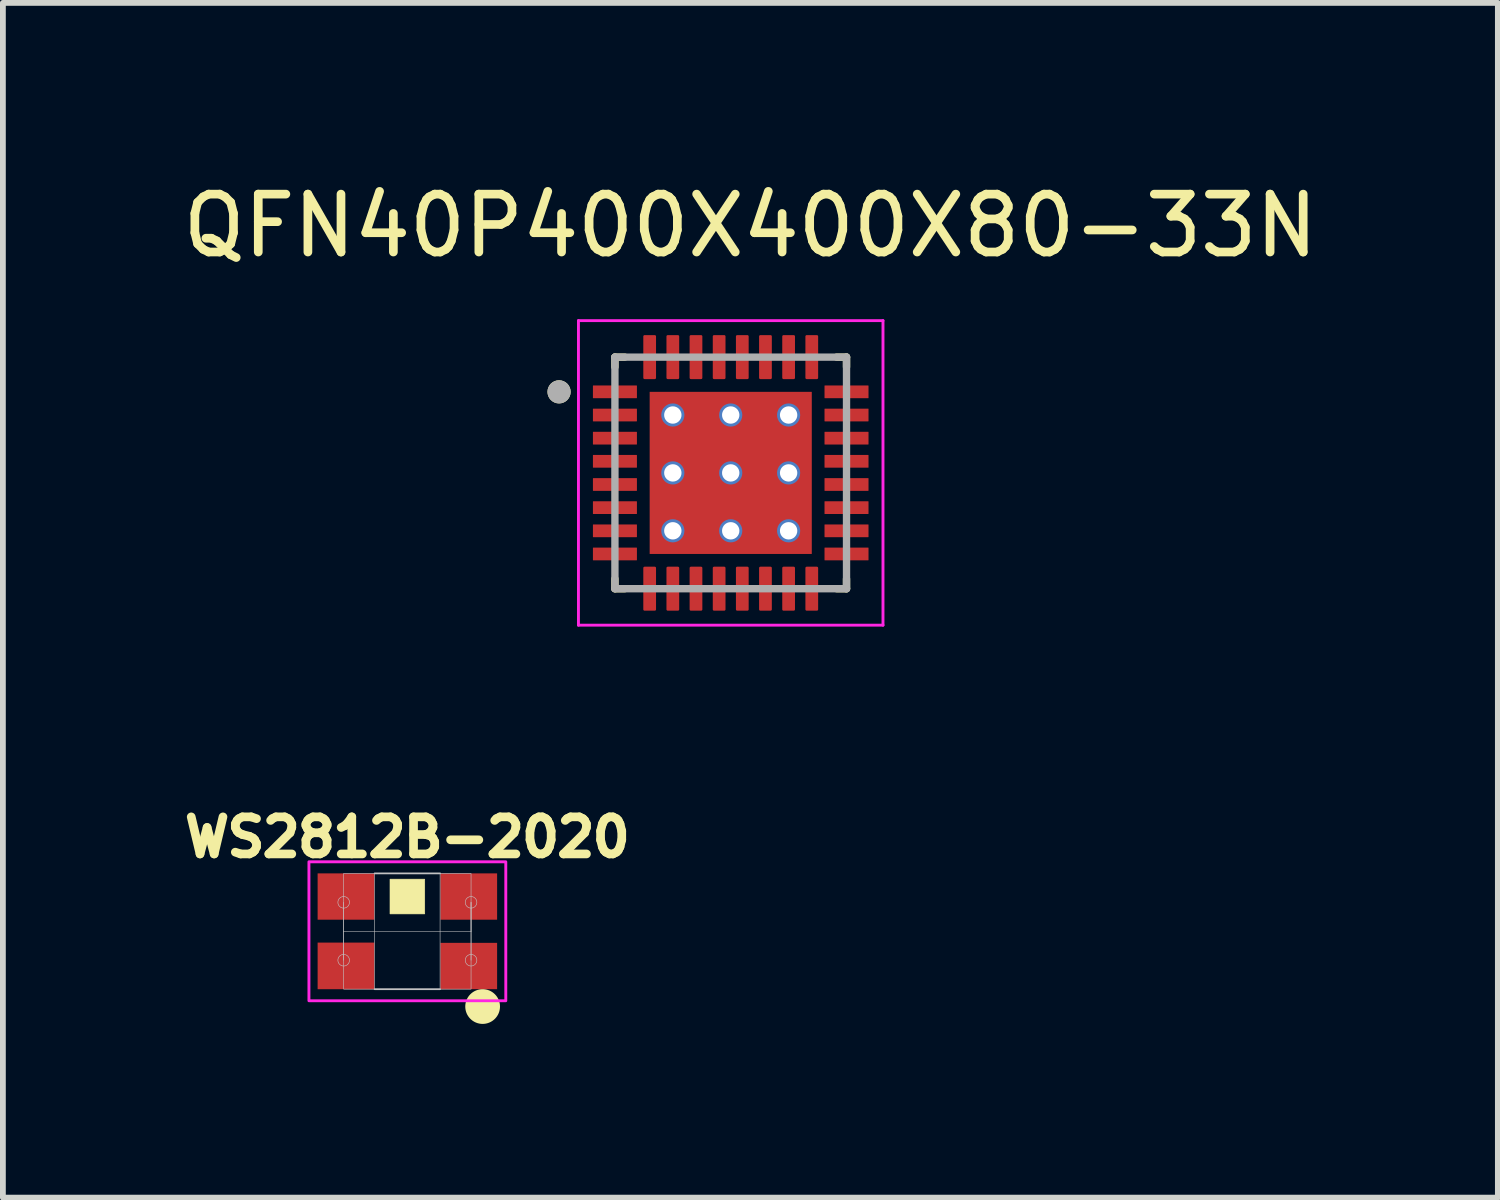
<source format=kicad_pcb>
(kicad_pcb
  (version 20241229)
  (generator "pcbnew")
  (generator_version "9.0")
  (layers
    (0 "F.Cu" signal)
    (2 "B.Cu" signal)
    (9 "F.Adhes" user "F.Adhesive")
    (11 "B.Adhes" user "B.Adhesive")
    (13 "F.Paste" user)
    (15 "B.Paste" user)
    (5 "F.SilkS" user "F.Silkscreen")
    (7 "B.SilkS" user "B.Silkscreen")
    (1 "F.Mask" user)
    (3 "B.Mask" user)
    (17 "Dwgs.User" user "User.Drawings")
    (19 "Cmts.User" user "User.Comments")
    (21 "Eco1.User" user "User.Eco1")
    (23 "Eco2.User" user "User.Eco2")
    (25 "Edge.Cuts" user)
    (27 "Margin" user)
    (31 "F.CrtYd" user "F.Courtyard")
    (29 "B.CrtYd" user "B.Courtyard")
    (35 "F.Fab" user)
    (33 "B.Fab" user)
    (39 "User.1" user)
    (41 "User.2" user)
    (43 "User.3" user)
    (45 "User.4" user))
  (footprint "QFN40P400X400X80-33N"
    (layer "F.Cu")
    (at 9.571 5.118)
    (property "Reference" "QFN40P400X400X80-33N" (at 0.34 -4.27 0) (layer "F.SilkS") (effects (font (size 1 1) (thickness 0.15))))
    (attr smd)
    (fp_line (start -2 -2) (end -2 -1.83) (stroke (width 0.127) (type solid)) (layer "F.SilkS"))
    (fp_line (start -2 -2) (end -1.83 -2) (stroke (width 0.127) (type solid)) (layer "F.SilkS"))
    (fp_line (start -2 2) (end -2 1.83) (stroke (width 0.127) (type solid)) (layer "F.SilkS"))
    (fp_line (start -2 2) (end -1.83 2) (stroke (width 0.127) (type solid)) (layer "F.SilkS"))
    (fp_line (start 2 -2) (end 1.83 -2) (stroke (width 0.127) (type solid)) (layer "F.SilkS"))
    (fp_line (start 2 -2) (end 2 -1.83) (stroke (width 0.127) (type solid)) (layer "F.SilkS"))
    (fp_line (start 2 2) (end 1.83 2) (stroke (width 0.127) (type solid)) (layer "F.SilkS"))
    (fp_line (start 2 2) (end 2 1.83) (stroke (width 0.127) (type solid)) (layer "F.SilkS"))
    (fp_circle (center -2.965 -1.4) (end -2.865 -1.4) (stroke (width 0.2) (type solid)) (fill no) (layer "F.SilkS"))
    (fp_poly (pts (xy -0.89 -0.89) (xy 0.89 -0.89) (xy 0.89 0.89) (xy -0.89 0.89)) (stroke (width 0.01) (type solid)) (fill yes) (layer "F.Paste"))
    (fp_line (start -2.63 -2.63) (end 2.63 -2.63) (stroke (width 0.05) (type solid)) (layer "F.CrtYd"))
    (fp_line (start -2.63 2.63) (end -2.63 -2.63) (stroke (width 0.05) (type solid)) (layer "F.CrtYd"))
    (fp_line (start -2.63 2.63) (end 2.63 2.63) (stroke (width 0.05) (type solid)) (layer "F.CrtYd"))
    (fp_line (start 2.63 2.63) (end 2.63 -2.63) (stroke (width 0.05) (type solid)) (layer "F.CrtYd"))
    (fp_line (start -2 2) (end -2 -2) (stroke (width 0.127) (type solid)) (layer "F.Fab"))
    (fp_line (start 2 -2) (end -2 -2) (stroke (width 0.127) (type solid)) (layer "F.Fab"))
    (fp_line (start 2 2) (end -2 2) (stroke (width 0.127) (type solid)) (layer "F.Fab"))
    (fp_line (start 2 2) (end 2 -2) (stroke (width 0.127) (type solid)) (layer "F.Fab"))
    (fp_circle (center -2.965 -1.4) (end -2.865 -1.4) (stroke (width 0.2) (type solid)) (fill no) (layer "F.Fab"))
    (pad "1" smd roundrect (at -2 -1.4) (size 0.76 0.22) (layers "F.Cu" "F.Mask" "F.Paste") (roundrect_rratio 0.03))
    (pad "2" smd roundrect (at -2 -1) (size 0.76 0.22) (layers "F.Cu" "F.Mask" "F.Paste") (roundrect_rratio 0.03))
    (pad "3" smd roundrect (at -2 -0.6) (size 0.76 0.22) (layers "F.Cu" "F.Mask" "F.Paste") (roundrect_rratio 0.03))
    (pad "4" smd roundrect (at -2 -0.2) (size 0.76 0.22) (layers "F.Cu" "F.Mask" "F.Paste") (roundrect_rratio 0.03))
    (pad "5" smd roundrect (at -2 0.2) (size 0.76 0.22) (layers "F.Cu" "F.Mask" "F.Paste") (roundrect_rratio 0.03))
    (pad "6" smd roundrect (at -2 0.6) (size 0.76 0.22) (layers "F.Cu" "F.Mask" "F.Paste") (roundrect_rratio 0.03))
    (pad "7" smd roundrect (at -2 1) (size 0.76 0.22) (layers "F.Cu" "F.Mask" "F.Paste") (roundrect_rratio 0.03))
    (pad "8" smd roundrect (at -2 1.4) (size 0.76 0.22) (layers "F.Cu" "F.Mask" "F.Paste") (roundrect_rratio 0.03))
    (pad "9" smd roundrect (at -1.4 2) (size 0.22 0.76) (layers "F.Cu" "F.Mask" "F.Paste") (roundrect_rratio 0.1))
    (pad "10" smd roundrect (at -1 2) (size 0.22 0.76) (layers "F.Cu" "F.Mask" "F.Paste") (roundrect_rratio 0.1))
    (pad "11" smd roundrect (at -0.6 2) (size 0.22 0.76) (layers "F.Cu" "F.Mask" "F.Paste") (roundrect_rratio 0.1))
    (pad "12" smd roundrect (at -0.2 2) (size 0.22 0.76) (layers "F.Cu" "F.Mask" "F.Paste") (roundrect_rratio 0.1))
    (pad "13" smd roundrect (at 0.2 2) (size 0.22 0.76) (layers "F.Cu" "F.Mask" "F.Paste") (roundrect_rratio 0.1))
    (pad "14" smd roundrect (at 0.6 2) (size 0.22 0.76) (layers "F.Cu" "F.Mask" "F.Paste") (roundrect_rratio 0.1))
    (pad "15" smd roundrect (at 1 2) (size 0.22 0.76) (layers "F.Cu" "F.Mask" "F.Paste") (roundrect_rratio 0.1))
    (pad "16" smd roundrect (at 1.4 2) (size 0.22 0.76) (layers "F.Cu" "F.Mask" "F.Paste") (roundrect_rratio 0.1))
    (pad "17" smd roundrect (at 2 1.4) (size 0.76 0.22) (layers "F.Cu" "F.Mask" "F.Paste") (roundrect_rratio 0.03))
    (pad "18" smd roundrect (at 2 1) (size 0.76 0.22) (layers "F.Cu" "F.Mask" "F.Paste") (roundrect_rratio 0.03))
    (pad "19" smd roundrect (at 2 0.6) (size 0.76 0.22) (layers "F.Cu" "F.Mask" "F.Paste") (roundrect_rratio 0.03))
    (pad "20" smd roundrect (at 2 0.2) (size 0.76 0.22) (layers "F.Cu" "F.Mask" "F.Paste") (roundrect_rratio 0.03))
    (pad "21" smd roundrect (at 2 -0.2) (size 0.76 0.22) (layers "F.Cu" "F.Mask" "F.Paste") (roundrect_rratio 0.03))
    (pad "22" smd roundrect (at 2 -0.6) (size 0.76 0.22) (layers "F.Cu" "F.Mask" "F.Paste") (roundrect_rratio 0.03))
    (pad "23" smd roundrect (at 2 -1) (size 0.76 0.22) (layers "F.Cu" "F.Mask" "F.Paste") (roundrect_rratio 0.03))
    (pad "24" smd roundrect (at 2 -1.4) (size 0.76 0.22) (layers "F.Cu" "F.Mask" "F.Paste") (roundrect_rratio 0.03))
    (pad "25" smd roundrect (at 1.4 -2) (size 0.22 0.76) (layers "F.Cu" "F.Mask" "F.Paste") (roundrect_rratio 0.1))
    (pad "26" smd roundrect (at 1 -2) (size 0.22 0.76) (layers "F.Cu" "F.Mask" "F.Paste") (roundrect_rratio 0.1))
    (pad "27" smd roundrect (at 0.6 -2) (size 0.22 0.76) (layers "F.Cu" "F.Mask" "F.Paste") (roundrect_rratio 0.1))
    (pad "28" smd roundrect (at 0.2 -2) (size 0.22 0.76) (layers "F.Cu" "F.Mask" "F.Paste") (roundrect_rratio 0.1))
    (pad "29" smd roundrect (at -0.2 -2) (size 0.22 0.76) (layers "F.Cu" "F.Mask" "F.Paste") (roundrect_rratio 0.1))
    (pad "30" smd roundrect (at -0.6 -2) (size 0.22 0.76) (layers "F.Cu" "F.Mask" "F.Paste") (roundrect_rratio 0.1))
    (pad "31" smd roundrect (at -1 -2) (size 0.22 0.76) (layers "F.Cu" "F.Mask" "F.Paste") (roundrect_rratio 0.1))
    (pad "32" smd roundrect (at -1.4 -2) (size 0.22 0.76) (layers "F.Cu" "F.Mask" "F.Paste") (roundrect_rratio 0.1))
    (pad "33" smd rect (at 0 0) (size 2.8 2.8) (layers "F.Cu" "F.Mask"))
    (pad "34" thru_hole circle (at -1 -1) (size 0.4 0.4) (drill 0.3) (layers "*.Cu" "*.Mask"))
    (pad "35" thru_hole circle (at 0 -1) (size 0.4 0.4) (drill 0.3) (layers "*.Cu" "*.Mask"))
    (pad "36" thru_hole circle (at 1 -1) (size 0.4 0.4) (drill 0.3) (layers "*.Cu" "*.Mask"))
    (pad "37" thru_hole circle (at -1 0) (size 0.4 0.4) (drill 0.3) (layers "*.Cu" "*.Mask"))
    (pad "38" thru_hole circle (at 0 0) (size 0.4 0.4) (drill 0.3) (layers "*.Cu" "*.Mask"))
    (pad "39" thru_hole circle (at 1 0) (size 0.4 0.4) (drill 0.3) (layers "*.Cu" "*.Mask"))
    (pad "40" thru_hole circle (at -1 1) (size 0.4 0.4) (drill 0.3) (layers "*.Cu" "*.Mask"))
    (pad "41" thru_hole circle (at 0 1) (size 0.4 0.4) (drill 0.3) (layers "*.Cu" "*.Mask"))
    (pad "42" thru_hole circle (at 1 1) (size 0.4 0.4) (drill 0.3) (layers "*.Cu" "*.Mask")))
  (footprint "WS2812B-2020"
    (layer "F.Cu")
    (at 3.986 13.035)
    (property "Reference" "WS2812B-2020" (at 0 -1.624 0) (layer "F.SilkS") (effects (font (size 0.64 0.64) (thickness 0.15))))
    (attr smd)
    (fp_circle (center 1.3 1.3) (end 1.6 1.3) (stroke (width 0) (type solid)) (fill yes) (layer "F.SilkS"))
    (fp_poly (pts (xy -0.3 -0.9) (xy 0.3 -0.9) (xy 0.3 -0.3) (xy -0.3 -0.3)) (stroke (width 0.01) (type solid)) (fill yes) (layer "F.SilkS"))
    (fp_line (start -1.1 0) (end -1.1 -0.5) (stroke (width 0.01) (type default)) (layer "Dwgs.User"))
    (fp_line (start -1.1 0) (end -1.1 0.5) (stroke (width 0.01) (type default)) (layer "Dwgs.User"))
    (fp_line (start -0.565 -1) (end -0.565 1) (stroke (width 0.01) (type default)) (layer "Dwgs.User"))
    (fp_line (start -0.565 -1) (end 0.565 -1) (stroke (width 0.03) (type default)) (layer "Dwgs.User"))
    (fp_line (start -0.565 1) (end 0.565 1) (stroke (width 0.03) (type default)) (layer "Dwgs.User"))
    (fp_line (start 0.565 -1) (end 0.565 1) (stroke (width 0.01) (type default)) (layer "Dwgs.User"))
    (fp_line (start 1.1 -0.5) (end 1.1 0) (stroke (width 0.01) (type default)) (layer "Dwgs.User"))
    (fp_line (start 1.1 0) (end -1.1 0) (stroke (width 0.01) (type default)) (layer "Dwgs.User"))
    (fp_line (start 1.1 0) (end 1.1 -0.5) (stroke (width 0.01) (type default)) (layer "Dwgs.User"))
    (fp_line (start 1.1 0) (end 1.1 0.5) (stroke (width 0.01) (type default)) (layer "Dwgs.User"))
    (fp_rect (start -1.1 -1) (end 1.1 1) (stroke (width 0.01) (type default)) (fill no) (layer "Dwgs.User"))
    (fp_circle (center -1.1 -0.5) (end -1 -0.5) (stroke (width 0.01) (type default)) (fill no) (layer "Dwgs.User"))
    (fp_circle (center -1.1 0.5) (end -1.1 0.6) (stroke (width 0.01) (type default)) (fill no) (layer "Dwgs.User"))
    (fp_circle (center 1.1 -0.5) (end 1.1 -0.4) (stroke (width 0.01) (type default)) (fill no) (layer "Dwgs.User"))
    (fp_circle (center 1.1 0.5) (end 1.1 0.4) (stroke (width 0.01) (type default)) (fill no) (layer "Dwgs.User"))
    (fp_rect (start -1.7 -1.2) (end 1.7 1.2) (stroke (width 0.05) (type default)) (fill no) (layer "F.CrtYd"))
    (fp_line (start -1.45 -0.9) (end -1.45 -0.55) (stroke (width 0.01) (type default)) (layer "User.1"))
    (fp_line (start -1.45 -0.55) (end -1.45 -0.2) (stroke (width 0.01) (type default)) (layer "User.1"))
    (fp_line (start -1.45 -0.2) (end -0.75 -0.2) (stroke (width 0.01) (type default)) (layer "User.1"))
    (fp_line (start -1.45 0.205) (end -1.45 0.555) (stroke (width 0.01) (type default)) (layer "User.1"))
    (fp_line (start -1.45 0.555) (end -1.45 0.905) (stroke (width 0.01) (type default)) (layer "User.1"))
    (fp_line (start -1.45 0.905) (end -0.75 0.905) (stroke (width 0.01) (type default)) (layer "User.1"))
    (fp_line (start -0.75 -0.9) (end -1.45 -0.9) (stroke (width 0.01) (type default)) (layer "User.1"))
    (fp_line (start -0.75 -0.2) (end -0.75 -0.9) (stroke (width 0.01) (type default)) (layer "User.1"))
    (fp_line (start -0.75 0.2) (end -1.45 0.2) (stroke (width 0.01) (type default)) (layer "User.1"))
    (fp_line (start -0.75 0.905) (end -0.75 0.205) (stroke (width 0.01) (type default)) (layer "User.1"))
    (fp_line (start 0.75 -0.9) (end 0.75 -0.2) (stroke (width 0.01) (type default)) (layer "User.1"))
    (fp_line (start 0.75 -0.2) (end 1.45 -0.2) (stroke (width 0.01) (type default)) (layer "User.1"))
    (fp_line (start 0.75 0.2) (end 0.75 0.9) (stroke (width 0.01) (type default)) (layer "User.1"))
    (fp_line (start 0.75 0.9) (end 1.45 0.9) (stroke (width 0.01) (type default)) (layer "User.1"))
    (fp_line (start 1.45 -0.9) (end 0.75 -0.9) (stroke (width 0.01) (type default)) (layer "User.1"))
    (fp_line (start 1.45 -0.55) (end 1.45 -0.9) (stroke (width 0.01) (type default)) (layer "User.1"))
    (fp_line (start 1.45 -0.2) (end 1.45 -0.55) (stroke (width 0.01) (type default)) (layer "User.1"))
    (fp_line (start 1.45 0.2) (end 0.75 0.2) (stroke (width 0.01) (type default)) (layer "User.1"))
    (fp_line (start 1.45 0.55) (end 1.45 0.2) (stroke (width 0.01) (type default)) (layer "User.1"))
    (fp_line (start 1.45 0.9) (end 1.45 0.55) (stroke (width 0.01) (type default)) (layer "User.1"))
    (pad "1" smd rect (at 1.06 0.6) (size 0.98 0.8) (layers "F.Cu" "F.Mask" "F.Paste"))
    (pad "2" smd rect (at 1.06 -0.6) (size 0.98 0.8) (layers "F.Cu" "F.Mask" "F.Paste"))
    (pad "3" smd rect (at -1.06 -0.6) (size 0.98 0.8) (layers "F.Cu" "F.Mask" "F.Paste"))
    (pad "4" smd rect (at -1.06 0.598) (size 0.98 0.805) (layers "F.Cu" "F.Mask" "F.Paste")))
  (gr_rect
    (start -3 -3)
    (end 22.821 17.635)
    (stroke (width 0.1) (type default))
    (fill no)
    (layer "Edge.Cuts")))
</source>
